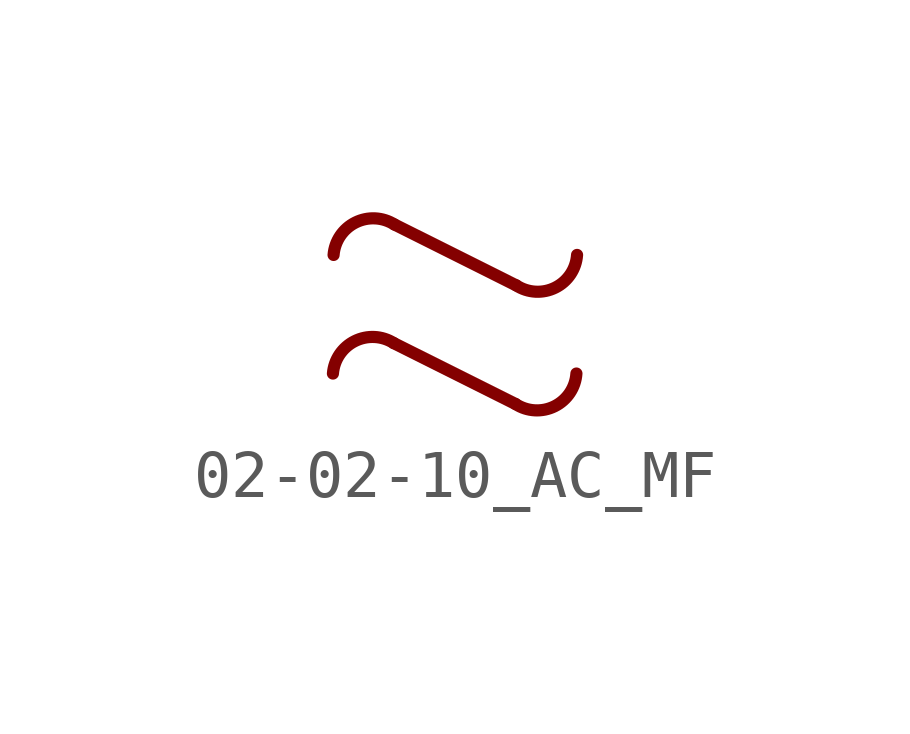
<source format=kicad_sym>
(kicad_symbol_lib
  (version 20200827)
  (generator kicad_symbol_editor)
  (symbol "Symbol_IEC_60617-2:02-02-10_AC_MF"
    (pin_numbers hide)
    (pin_names
      (offset 0) hide)
    (property "Reference" "#SYM"
      (at 0 5.08 0)
      (effects (font (size 1.27 1.27)) hide))
    (symbol "02-02-10_AC_MF_0_1"
      (arc (start -2.54 0) (end -1.27 0.635) (radius (at -1.7136 -0.0653) (length 0.829) (angles 175.5 57.6)) (stroke (width 0.254)) (fill (type none)))
      (arc (start 2.54 0) (end 1.27 -0.635) (radius (at 1.7189 0.0547) (length 0.8229) (angles -3.8 -123.1)) (stroke (width 0.254)) (fill (type none)))
      (arc (start -2.5536 -2.4747) (end -1.2836 -1.8397) (radius (at -1.7272 -2.54) (length 0.829) (angles 175.5 57.6)) (stroke (width 0.254)) (fill (type none)))
      (arc (start 2.5264 -2.4747) (end 1.2564 -3.1097) (radius (at 1.7053 -2.42) (length 0.8229) (angles -3.8 -123.1)) (stroke (width 0.254)) (fill (type none)))
      (polyline (pts (xy -1.27 0.635) (xy 1.27 -0.635)) (stroke (width 0.254)) (fill (type none)))
      (polyline (pts (xy -1.284 -1.84) (xy 1.256 -3.11)) (stroke (width 0.254)) (fill (type none))))))
</source>
